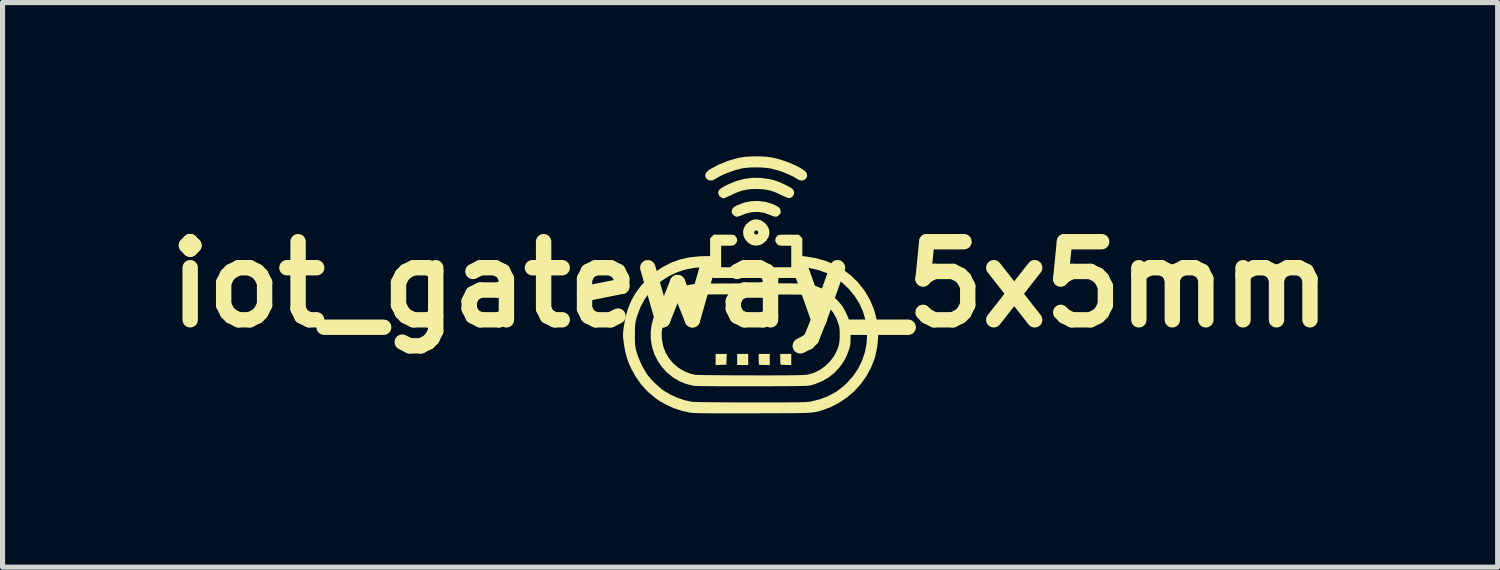
<source format=kicad_pcb>
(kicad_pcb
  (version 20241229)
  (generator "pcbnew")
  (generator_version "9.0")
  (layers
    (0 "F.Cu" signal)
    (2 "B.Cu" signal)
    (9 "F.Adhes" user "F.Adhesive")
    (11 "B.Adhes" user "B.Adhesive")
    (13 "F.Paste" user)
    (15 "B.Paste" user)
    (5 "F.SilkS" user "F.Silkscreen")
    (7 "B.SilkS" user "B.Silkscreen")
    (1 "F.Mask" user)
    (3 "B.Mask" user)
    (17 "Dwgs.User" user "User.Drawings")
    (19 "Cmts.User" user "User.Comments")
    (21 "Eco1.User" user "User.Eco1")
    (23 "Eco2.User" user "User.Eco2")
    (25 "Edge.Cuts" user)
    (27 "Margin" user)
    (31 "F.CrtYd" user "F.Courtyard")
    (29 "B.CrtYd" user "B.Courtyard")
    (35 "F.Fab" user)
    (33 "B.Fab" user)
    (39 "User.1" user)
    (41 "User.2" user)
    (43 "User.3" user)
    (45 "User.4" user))
  (footprint "iot_gateway_5x5mm"
    (layer "F.Cu")
    (at 11.582 2.499)
    (property "Reference" "iot_gateway_5x5mm" (at 0 0 0) (layer "F.SilkS") (effects (font (size 1.524 1.524) (thickness 0.3))))
    (attr board_only exclude_from_pos_files exclude_from_bom)
    (fp_poly (pts (xy -0.462 1.565) (xy -0.672 1.572) (xy -0.672 1.355) (xy -0.455 1.355)) (stroke (width 0) (type solid)) (fill yes) (layer "F.SilkS"))
    (fp_poly (pts (xy -0.036 1.571) (xy -0.252 1.571) (xy -0.252 1.355) (xy -0.036 1.355)) (stroke (width 0) (type solid)) (fill yes) (layer "F.SilkS"))
    (fp_poly (pts (xy 0.384 1.571) (xy 0.284 1.571) (xy 0.237 1.57) (xy 0.2 1.568) (xy 0.178 1.564) (xy 0.176 1.563) (xy 0.172 1.548) (xy 0.169 1.515) (xy 0.168 1.471) (xy 0.168 1.455) (xy 0.168 1.355) (xy 0.384 1.355)) (stroke (width 0) (type solid)) (fill yes) (layer "F.SilkS"))
    (fp_poly (pts (xy 0.803 1.571) (xy 0.704 1.571) (xy 0.657 1.57) (xy 0.62 1.568) (xy 0.598 1.564) (xy 0.596 1.563) (xy 0.592 1.548) (xy 0.589 1.515) (xy 0.588 1.471) (xy 0.588 1.455) (xy 0.588 1.355) (xy 0.803 1.355)) (stroke (width 0) (type solid)) (fill yes) (layer "F.SilkS"))
    (fp_poly (pts (xy 0.3 -1.611) (xy 0.434 -1.57) (xy 0.485 -1.548) (xy 0.533 -1.523) (xy 0.564 -1.502) (xy 0.583 -1.48) (xy 0.592 -1.452) (xy 0.596 -1.435) (xy 0.597 -1.404) (xy 0.587 -1.38) (xy 0.566 -1.356) (xy 0.536 -1.331) (xy 0.505 -1.321) (xy 0.467 -1.326) (xy 0.417 -1.344) (xy 0.402 -1.351) (xy 0.281 -1.395) (xy 0.161 -1.415) (xy 0.041 -1.411) (xy -0.079 -1.383) (xy -0.162 -1.351) (xy -0.216 -1.329) (xy -0.257 -1.321) (xy -0.289 -1.328) (xy -0.319 -1.349) (xy -0.326 -1.356) (xy -0.35 -1.383) (xy -0.358 -1.407) (xy -0.356 -1.435) (xy -0.348 -1.467) (xy -0.335 -1.491) (xy -0.311 -1.512) (xy -0.271 -1.535) (xy -0.245 -1.548) (xy -0.113 -1.598) (xy 0.024 -1.625) (xy 0.162 -1.629)) (stroke (width 0) (type solid)) (fill yes) (layer "F.SilkS"))
    (fp_poly (pts (xy 0.208 -1.252) (xy 0.275 -1.21) (xy 0.301 -1.187) (xy 0.349 -1.124) (xy 0.374 -1.057) (xy 0.377 -0.987) (xy 0.357 -0.919) (xy 0.315 -0.855) (xy 0.301 -0.84) (xy 0.237 -0.789) (xy 0.168 -0.762) (xy 0.095 -0.758) (xy 0.03 -0.773) (xy -0.022 -0.802) (xy -0.07 -0.847) (xy -0.108 -0.901) (xy -0.13 -0.956) (xy -0.13 -0.957) (xy -0.136 -1.022) (xy 0.081 -1.022) (xy 0.085 -0.993) (xy 0.085 -0.993) (xy 0.106 -0.975) (xy 0.133 -0.974) (xy 0.154 -0.991) (xy 0.154 -0.992) (xy 0.159 -1.02) (xy 0.147 -1.044) (xy 0.122 -1.055) (xy 0.12 -1.055) (xy 0.094 -1.045) (xy 0.081 -1.022) (xy -0.136 -1.022) (xy -0.137 -1.032) (xy -0.121 -1.101) (xy -0.083 -1.164) (xy -0.062 -1.187) (xy 0.002 -1.238) (xy 0.069 -1.266) (xy 0.139 -1.27)) (stroke (width 0) (type solid)) (fill yes) (layer "F.SilkS"))
    (fp_poly (pts (xy 0.221 -2.078) (xy 0.394 -2.052) (xy 0.45 -2.039) (xy 0.506 -2.021) (xy 0.57 -1.997) (xy 0.637 -1.968) (xy 0.702 -1.937) (xy 0.76 -1.906) (xy 0.806 -1.878) (xy 0.835 -1.855) (xy 0.839 -1.85) (xy 0.859 -1.809) (xy 0.858 -1.765) (xy 0.838 -1.726) (xy 0.803 -1.696) (xy 0.773 -1.684) (xy 0.749 -1.686) (xy 0.707 -1.7) (xy 0.647 -1.726) (xy 0.61 -1.744) (xy 0.511 -1.79) (xy 0.423 -1.823) (xy 0.339 -1.845) (xy 0.251 -1.857) (xy 0.152 -1.862) (xy 0.126 -1.863) (xy 0.024 -1.86) (xy -0.067 -1.85) (xy -0.153 -1.831) (xy -0.241 -1.801) (xy -0.34 -1.758) (xy -0.369 -1.744) (xy -0.421 -1.719) (xy -0.467 -1.699) (xy -0.501 -1.685) (xy -0.518 -1.679) (xy -0.519 -1.679) (xy -0.538 -1.685) (xy -0.567 -1.699) (xy -0.572 -1.702) (xy -0.604 -1.732) (xy -0.618 -1.769) (xy -0.621 -1.801) (xy -0.613 -1.829) (xy -0.592 -1.855) (xy -0.556 -1.883) (xy -0.502 -1.915) (xy -0.443 -1.945) (xy -0.28 -2.014) (xy -0.116 -2.059) (xy 0.051 -2.081)) (stroke (width 0) (type solid)) (fill yes) (layer "F.SilkS"))
    (fp_poly (pts (xy 0.225 -2.497) (xy 0.327 -2.491) (xy 0.413 -2.479) (xy 0.415 -2.479) (xy 0.506 -2.459) (xy 0.601 -2.433) (xy 0.696 -2.401) (xy 0.789 -2.365) (xy 0.875 -2.327) (xy 0.953 -2.288) (xy 1.018 -2.25) (xy 1.067 -2.214) (xy 1.098 -2.181) (xy 1.103 -2.171) (xy 1.113 -2.123) (xy 1.102 -2.083) (xy 1.077 -2.051) (xy 1.04 -2.031) (xy 0.996 -2.027) (xy 0.949 -2.04) (xy 0.929 -2.051) (xy 0.849 -2.1) (xy 0.751 -2.147) (xy 0.644 -2.191) (xy 0.533 -2.228) (xy 0.426 -2.257) (xy 0.399 -2.263) (xy 0.319 -2.274) (xy 0.224 -2.281) (xy 0.122 -2.284) (xy 0.02 -2.282) (xy -0.074 -2.276) (xy -0.153 -2.265) (xy -0.165 -2.262) (xy -0.28 -2.233) (xy -0.396 -2.194) (xy -0.509 -2.149) (xy -0.61 -2.099) (xy -0.69 -2.051) (xy -0.738 -2.03) (xy -0.787 -2.028) (xy -0.83 -2.045) (xy -0.846 -2.058) (xy -0.872 -2.1) (xy -0.874 -2.143) (xy -0.853 -2.186) (xy -0.81 -2.228) (xy -0.78 -2.248) (xy -0.611 -2.338) (xy -0.432 -2.411) (xy -0.252 -2.463) (xy -0.18 -2.478) (xy -0.094 -2.49) (xy 0.007 -2.497) (xy 0.116 -2.499)) (stroke (width 0) (type solid)) (fill yes) (layer "F.SilkS"))
    (fp_poly (pts (xy 0.595 -0.022) (xy 0.709 -0.022) (xy 0.807 -0.021) (xy 0.892 -0.019) (xy 0.963 -0.017) (xy 1.024 -0.014) (xy 1.075 -0.011) (xy 1.119 -0.006) (xy 1.156 -0.001) (xy 1.189 0.005) (xy 1.219 0.012) (xy 1.248 0.02) (xy 1.277 0.029) (xy 1.283 0.031) (xy 1.385 0.071) (xy 1.476 0.12) (xy 1.564 0.182) (xy 1.653 0.262) (xy 1.674 0.282) (xy 1.728 0.337) (xy 1.768 0.383) (xy 1.8 0.424) (xy 1.827 0.469) (xy 1.849 0.51) (xy 1.89 0.592) (xy 1.919 0.663) (xy 1.939 0.73) (xy 1.952 0.799) (xy 1.958 0.877) (xy 1.96 0.972) (xy 1.96 0.989) (xy 1.96 1.062) (xy 1.959 1.117) (xy 1.956 1.159) (xy 1.951 1.194) (xy 1.943 1.228) (xy 1.931 1.267) (xy 1.921 1.295) (xy 1.884 1.391) (xy 1.843 1.473) (xy 1.794 1.551) (xy 1.738 1.623) (xy 1.645 1.724) (xy 1.539 1.809) (xy 1.418 1.88) (xy 1.279 1.938) (xy 1.199 1.964) (xy 1.186 1.968) (xy 1.169 1.971) (xy 1.148 1.973) (xy 1.12 1.976) (xy 1.085 1.978) (xy 1.04 1.979) (xy 0.984 1.981) (xy 0.915 1.982) (xy 0.833 1.983) (xy 0.735 1.984) (xy 0.62 1.985) (xy 0.487 1.985) (xy 0.333 1.986) (xy 0.158 1.986) (xy 0.048 1.986) (xy -0.122 1.986) (xy -0.283 1.986) (xy -0.435 1.986) (xy -0.576 1.986) (xy -0.703 1.985) (xy -0.816 1.984) (xy -0.913 1.983) (xy -0.992 1.982) (xy -1.051 1.98) (xy -1.089 1.979) (xy -1.103 1.977) (xy -1.248 1.941) (xy -1.385 1.884) (xy -1.509 1.809) (xy -1.622 1.717) (xy -1.72 1.61) (xy -1.802 1.491) (xy -1.866 1.362) (xy -1.911 1.223) (xy -1.936 1.079) (xy -1.939 0.943) (xy -1.724 0.943) (xy -1.72 1.079) (xy -1.694 1.208) (xy -1.648 1.329) (xy -1.582 1.44) (xy -1.499 1.539) (xy -1.401 1.623) (xy -1.288 1.691) (xy -1.163 1.741) (xy -1.078 1.762) (xy -1.059 1.763) (xy -1.017 1.765) (xy -0.954 1.766) (xy -0.874 1.768) (xy -0.776 1.769) (xy -0.664 1.77) (xy -0.539 1.771) (xy -0.403 1.772) (xy -0.258 1.773) (xy -0.105 1.773) (xy 0.012 1.773) (xy 0.199 1.774) (xy 0.364 1.774) (xy 0.508 1.773) (xy 0.632 1.773) (xy 0.739 1.772) (xy 0.829 1.772) (xy 0.904 1.77) (xy 0.967 1.769) (xy 1.017 1.767) (xy 1.057 1.765) (xy 1.089 1.763) (xy 1.113 1.76) (xy 1.132 1.757) (xy 1.133 1.757) (xy 1.255 1.72) (xy 1.369 1.662) (xy 1.473 1.585) (xy 1.565 1.494) (xy 1.642 1.39) (xy 1.7 1.276) (xy 1.733 1.173) (xy 1.744 1.105) (xy 1.749 1.024) (xy 1.749 0.939) (xy 1.744 0.86) (xy 1.733 0.797) (xy 1.688 0.669) (xy 1.623 0.552) (xy 1.54 0.447) (xy 1.439 0.356) (xy 1.325 0.282) (xy 1.197 0.227) (xy 1.193 0.226) (xy 1.109 0.198) (xy 0.061 0.195) (xy -0.132 0.194) (xy -0.302 0.193) (xy -0.452 0.193) (xy -0.583 0.193) (xy -0.696 0.194) (xy -0.794 0.195) (xy -0.877 0.197) (xy -0.947 0.199) (xy -1.006 0.203) (xy -1.056 0.207) (xy -1.098 0.213) (xy -1.134 0.219) (xy -1.165 0.227) (xy -1.193 0.237) (xy -1.22 0.247) (xy -1.247 0.26) (xy -1.276 0.274) (xy -1.292 0.282) (xy -1.407 0.352) (xy -1.507 0.439) (xy -1.59 0.541) (xy -1.654 0.656) (xy -1.699 0.781) (xy -1.722 0.915) (xy -1.724 0.943) (xy -1.939 0.943) (xy -1.939 0.935) (xy -1.919 0.778) (xy -1.877 0.631) (xy -1.815 0.494) (xy -1.733 0.37) (xy -1.632 0.259) (xy -1.513 0.164) (xy -1.377 0.084) (xy -1.353 0.073) (xy -1.321 0.058) (xy -1.292 0.044) (xy -1.265 0.033) (xy -1.239 0.023) (xy -1.211 0.014) (xy -1.181 0.007) (xy -1.146 0.000454) (xy -1.104 -0.005) (xy -1.055 -0.009) (xy -0.996 -0.012) (xy -0.926 -0.014) (xy -0.843 -0.016) (xy -0.745 -0.018) (xy -0.631 -0.019) (xy -0.499 -0.019) (xy -0.347 -0.02) (xy -0.175 -0.021) (xy -0.054 -0.021) (xy 0.14 -0.022) (xy 0.312 -0.022) (xy 0.463 -0.023)) (stroke (width 0) (type solid)) (fill yes) (layer "F.SilkS"))
    (fp_poly (pts (xy -0.439 -0.971) (xy -0.386 -0.971) (xy -0.35 -0.969) (xy -0.325 -0.966) (xy -0.308 -0.96) (xy -0.296 -0.952) (xy -0.284 -0.94) (xy -0.283 -0.94) (xy -0.256 -0.898) (xy -0.251 -0.853) (xy -0.267 -0.81) (xy -0.289 -0.787) (xy -0.308 -0.772) (xy -0.327 -0.763) (xy -0.352 -0.758) (xy -0.39 -0.756) (xy -0.445 -0.756) (xy -0.564 -0.756) (xy -0.564 -0.336) (xy 0.803 -0.336) (xy 0.803 -0.756) (xy 0.684 -0.756) (xy 0.629 -0.756) (xy 0.592 -0.758) (xy 0.566 -0.763) (xy 0.547 -0.772) (xy 0.529 -0.787) (xy 0.499 -0.825) (xy 0.49 -0.87) (xy 0.504 -0.914) (xy 0.523 -0.94) (xy 0.536 -0.951) (xy 0.548 -0.96) (xy 0.564 -0.965) (xy 0.589 -0.969) (xy 0.626 -0.971) (xy 0.678 -0.971) (xy 0.751 -0.971) (xy 0.949 -0.971) (xy 1.019 -0.901) (xy 1.019 -0.553) (xy 1.088 -0.546) (xy 1.288 -0.512) (xy 1.477 -0.459) (xy 1.653 -0.384) (xy 1.816 -0.291) (xy 1.966 -0.177) (xy 2.101 -0.045) (xy 2.222 0.106) (xy 2.251 0.15) (xy 2.343 0.31) (xy 2.414 0.48) (xy 2.463 0.658) (xy 2.492 0.841) (xy 2.498 1.026) (xy 2.482 1.21) (xy 2.444 1.393) (xy 2.424 1.46) (xy 2.355 1.632) (xy 2.265 1.795) (xy 2.157 1.946) (xy 2.031 2.083) (xy 1.891 2.204) (xy 1.736 2.308) (xy 1.571 2.393) (xy 1.449 2.439) (xy 1.414 2.451) (xy 1.382 2.462) (xy 1.353 2.471) (xy 1.324 2.479) (xy 1.294 2.485) (xy 1.261 2.491) (xy 1.224 2.496) (xy 1.181 2.5) (xy 1.129 2.504) (xy 1.069 2.506) (xy 0.998 2.508) (xy 0.914 2.51) (xy 0.815 2.511) (xy 0.701 2.512) (xy 0.57 2.512) (xy 0.419 2.513) (xy 0.248 2.513) (xy 0.054 2.514) (xy -0.146 2.514) (xy -0.323 2.514) (xy -0.48 2.514) (xy -0.616 2.514) (xy -0.734 2.514) (xy -0.835 2.513) (xy -0.92 2.512) (xy -0.991 2.511) (xy -1.049 2.509) (xy -1.096 2.507) (xy -1.132 2.505) (xy -1.16 2.502) (xy -1.175 2.5) (xy -1.325 2.467) (xy -1.478 2.417) (xy -1.627 2.351) (xy -1.766 2.273) (xy -1.845 2.219) (xy -1.992 2.096) (xy -2.119 1.958) (xy -2.229 1.805) (xy -2.315 1.649) (xy -2.364 1.541) (xy -2.403 1.433) (xy -2.432 1.321) (xy -2.456 1.195) (xy -2.465 1.134) (xy -2.473 1.069) (xy -2.478 1.018) (xy -2.479 0.983) (xy -2.247 0.983) (xy -2.247 1.063) (xy -2.245 1.124) (xy -2.242 1.172) (xy -2.237 1.214) (xy -2.23 1.254) (xy -2.219 1.298) (xy -2.215 1.313) (xy -2.185 1.405) (xy -2.145 1.504) (xy -2.097 1.604) (xy -2.046 1.695) (xy -1.995 1.772) (xy -1.992 1.776) (xy -1.933 1.847) (xy -1.861 1.921) (xy -1.784 1.992) (xy -1.71 2.053) (xy -1.679 2.075) (xy -1.559 2.146) (xy -1.425 2.207) (xy -1.287 2.255) (xy -1.152 2.286) (xy -1.132 2.289) (xy -1.11 2.291) (xy -1.065 2.292) (xy -1 2.294) (xy -0.917 2.295) (xy -0.817 2.296) (xy -0.703 2.298) (xy -0.575 2.299) (xy -0.437 2.3) (xy -0.289 2.3) (xy -0.135 2.301) (xy 0.007 2.301) (xy 0.198 2.301) (xy 0.366 2.301) (xy 0.512 2.301) (xy 0.64 2.301) (xy 0.75 2.3) (xy 0.843 2.3) (xy 0.922 2.299) (xy 0.988 2.297) (xy 1.042 2.296) (xy 1.085 2.294) (xy 1.121 2.291) (xy 1.149 2.289) (xy 1.172 2.286) (xy 1.179 2.285) (xy 1.356 2.242) (xy 1.521 2.179) (xy 1.674 2.096) (xy 1.815 1.991) (xy 1.895 1.917) (xy 2.013 1.783) (xy 2.11 1.638) (xy 2.186 1.482) (xy 2.241 1.317) (xy 2.273 1.146) (xy 2.283 0.971) (xy 2.278 0.871) (xy 2.251 0.695) (xy 2.203 0.529) (xy 2.133 0.373) (xy 2.041 0.227) (xy 1.927 0.089) (xy 1.918 0.079) (xy 1.787 -0.043) (xy 1.648 -0.142) (xy 1.499 -0.221) (xy 1.338 -0.28) (xy 1.163 -0.319) (xy 1.088 -0.329) (xy 1.019 -0.338) (xy 1.019 -0.265) (xy 1.017 -0.22) (xy 1.01 -0.189) (xy 0.994 -0.164) (xy 0.99 -0.16) (xy 0.961 -0.126) (xy -0.722 -0.126) (xy -0.751 -0.16) (xy -0.768 -0.185) (xy -0.777 -0.215) (xy -0.779 -0.258) (xy -0.78 -0.265) (xy -0.78 -0.336) (xy -0.899 -0.336) (xy -1.082 -0.325) (xy -1.257 -0.292) (xy -1.423 -0.238) (xy -1.578 -0.165) (xy -1.722 -0.074) (xy -1.851 0.035) (xy -1.966 0.16) (xy -2.064 0.301) (xy -2.145 0.456) (xy -2.206 0.624) (xy -2.216 0.657) (xy -2.227 0.703) (xy -2.236 0.743) (xy -2.241 0.784) (xy -2.245 0.83) (xy -2.246 0.888) (xy -2.247 0.963) (xy -2.247 0.983) (xy -2.479 0.983) (xy -2.479 0.975) (xy -2.476 0.93) (xy -2.47 0.874) (xy -2.465 0.832) (xy -2.431 0.645) (xy -2.383 0.475) (xy -2.319 0.319) (xy -2.237 0.173) (xy -2.136 0.035) (xy -2.016 -0.097) (xy -1.87 -0.227) (xy -1.714 -0.335) (xy -1.549 -0.421) (xy -1.373 -0.486) (xy -1.187 -0.528) (xy -0.991 -0.549) (xy -0.897 -0.552) (xy -0.78 -0.552) (xy -0.78 -0.901) (xy -0.709 -0.971) (xy -0.512 -0.971)) (stroke (width 0) (type solid)) (fill yes) (layer "F.SilkS")))
  (gr_rect
    (start -3 -3)
    (end 26.165 8.014)
    (stroke (width 0.1) (type default))
    (fill no)
    (layer "Edge.Cuts")))
</source>
